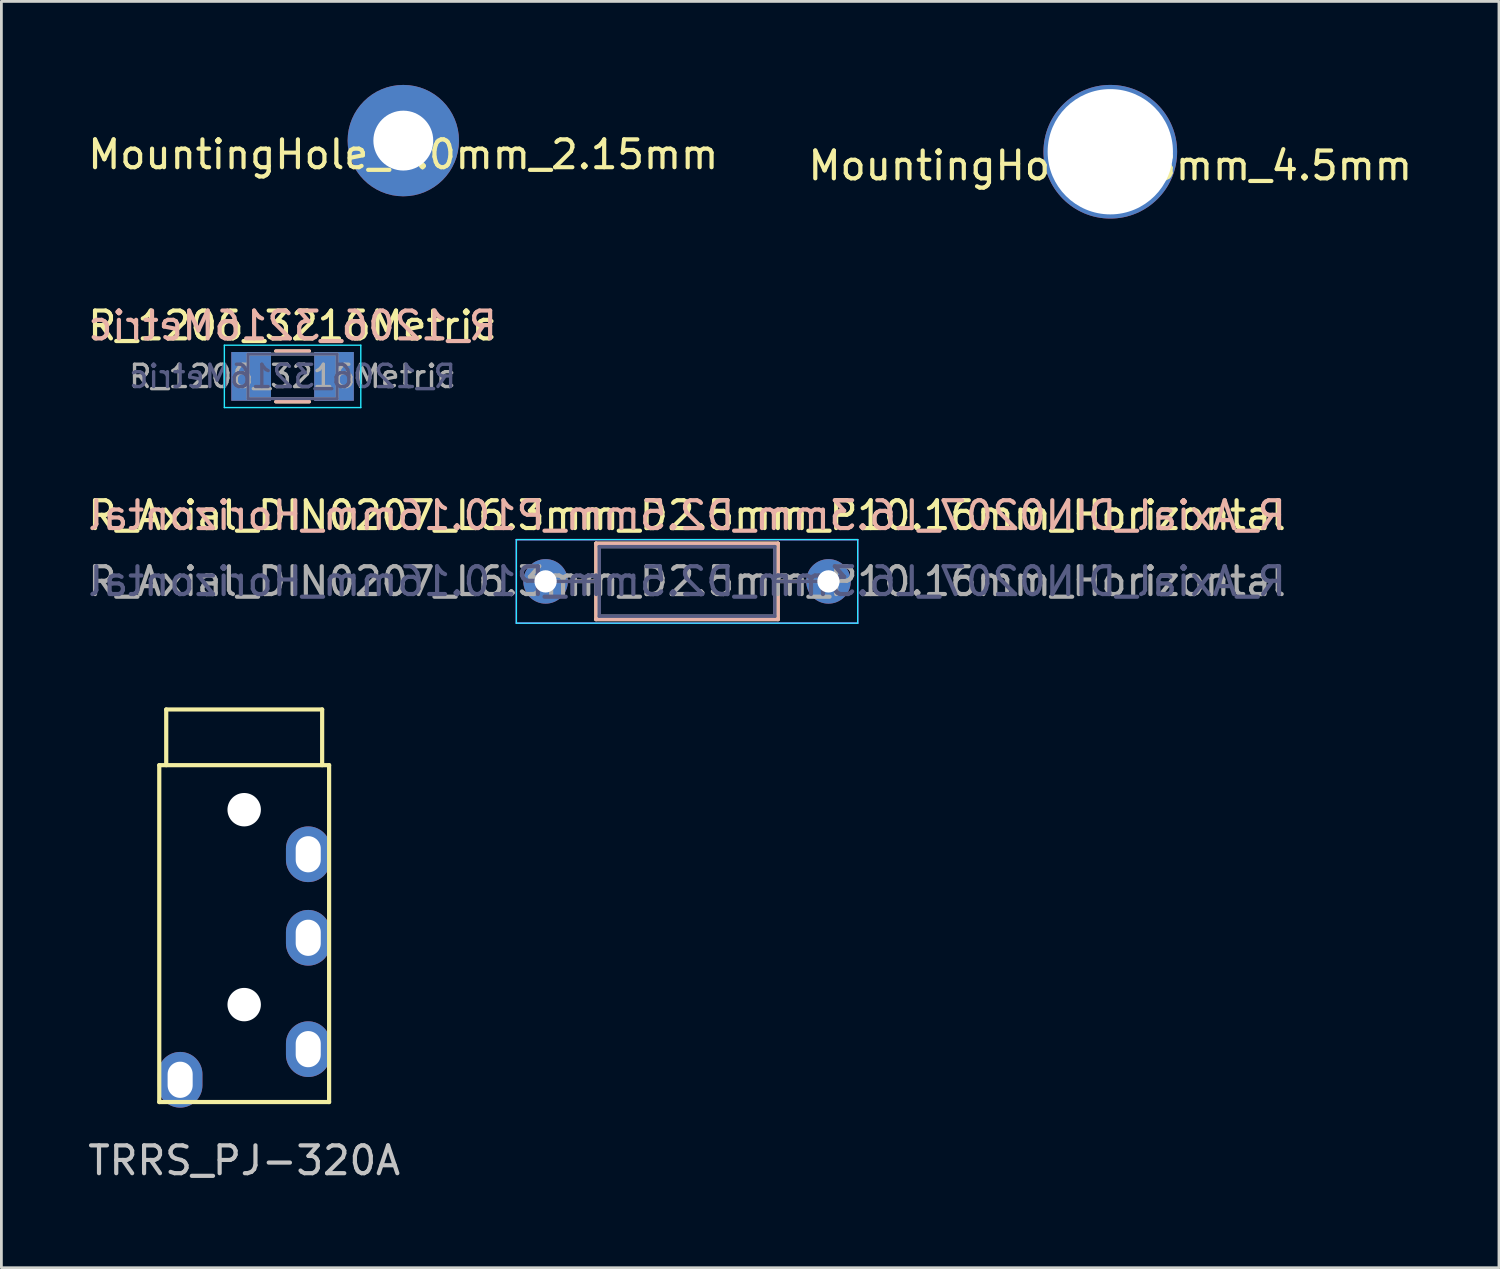
<source format=kicad_pcb>
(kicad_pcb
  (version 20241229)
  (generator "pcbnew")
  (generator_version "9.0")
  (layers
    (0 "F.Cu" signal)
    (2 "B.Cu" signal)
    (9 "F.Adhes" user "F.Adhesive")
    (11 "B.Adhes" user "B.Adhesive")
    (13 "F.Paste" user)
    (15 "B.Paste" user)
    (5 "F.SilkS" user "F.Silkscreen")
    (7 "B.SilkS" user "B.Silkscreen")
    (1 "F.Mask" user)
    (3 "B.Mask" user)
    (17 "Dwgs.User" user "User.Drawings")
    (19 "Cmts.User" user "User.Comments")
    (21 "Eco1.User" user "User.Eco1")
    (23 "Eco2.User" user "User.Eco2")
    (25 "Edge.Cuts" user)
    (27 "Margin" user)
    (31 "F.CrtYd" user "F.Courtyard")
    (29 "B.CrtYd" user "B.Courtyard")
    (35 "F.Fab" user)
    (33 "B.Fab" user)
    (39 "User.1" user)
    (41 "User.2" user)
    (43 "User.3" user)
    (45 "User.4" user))
  (footprint "MountingHole_4.8mm_4.5mm"
    (layer "F.Cu")
    (at 36.827 2.4)
    (property "Reference" "MountingHole_4.8mm_4.5mm" (at 0 0.5 0) (layer "F.SilkS") (effects (font (size 1 1) (thickness 0.15))))
    (attr through_hole)
    (pad "MH" thru_hole circle (at 0 0) (size 4.8 4.8) (drill 4.5) (layers "*.Cu" "*.Mask")))
  (footprint "R_Axial_DIN0207_L6.3mm_D2.5mm_P10.16mm_Horizontal"
    (layer "F.Cu")
    (at 16.545 17.831)
    (property "Reference" "R_Axial_DIN0207_L6.3mm_D2.5mm_P10.16mm_Horizontal" (at 5.08 -2.37 0) (layer "F.SilkS") (effects (font (size 1 1) (thickness 0.15))))
    (attr through_hole)
    (fp_line (start 1.04 0) (end 1.81 0) (stroke (width 0.12) (type solid)) (layer "F.SilkS"))
    (fp_line (start 1.81 -1.37) (end 1.81 1.37) (stroke (width 0.12) (type solid)) (layer "F.SilkS"))
    (fp_line (start 1.81 1.37) (end 8.35 1.37) (stroke (width 0.12) (type solid)) (layer "F.SilkS"))
    (fp_line (start 8.35 -1.37) (end 1.81 -1.37) (stroke (width 0.12) (type solid)) (layer "F.SilkS"))
    (fp_line (start 8.35 1.37) (end 8.35 -1.37) (stroke (width 0.12) (type solid)) (layer "F.SilkS"))
    (fp_line (start 9.12 0) (end 8.35 0) (stroke (width 0.12) (type solid)) (layer "F.SilkS"))
    (fp_line (start 1.04 0) (end 1.81 0) (stroke (width 0.12) (type solid)) (layer "B.SilkS"))
    (fp_line (start 1.81 -1.37) (end 1.81 1.37) (stroke (width 0.12) (type solid)) (layer "B.SilkS"))
    (fp_line (start 1.81 -1.37) (end 8.35 -1.37) (stroke (width 0.12) (type solid)) (layer "B.SilkS"))
    (fp_line (start 8.35 -1.37) (end 8.35 1.37) (stroke (width 0.12) (type solid)) (layer "B.SilkS"))
    (fp_line (start 8.35 1.37) (end 1.81 1.37) (stroke (width 0.12) (type solid)) (layer "B.SilkS"))
    (fp_line (start 9.12 0) (end 8.35 0) (stroke (width 0.12) (type solid)) (layer "B.SilkS"))
    (fp_line (start -1.05 -1.5) (end -1.05 1.5) (stroke (width 0.05) (type solid)) (layer "B.CrtYd"))
    (fp_line (start -1.05 1.5) (end 11.21 1.5) (stroke (width 0.05) (type solid)) (layer "B.CrtYd"))
    (fp_line (start 11.21 -1.5) (end -1.05 -1.5) (stroke (width 0.05) (type solid)) (layer "B.CrtYd"))
    (fp_line (start 11.21 1.5) (end 11.21 -1.5) (stroke (width 0.05) (type solid)) (layer "B.CrtYd"))
    (fp_line (start -1.05 -1.5) (end -1.05 1.5) (stroke (width 0.05) (type solid)) (layer "F.CrtYd"))
    (fp_line (start -1.05 1.5) (end 11.21 1.5) (stroke (width 0.05) (type solid)) (layer "F.CrtYd"))
    (fp_line (start 11.21 -1.5) (end -1.05 -1.5) (stroke (width 0.05) (type solid)) (layer "F.CrtYd"))
    (fp_line (start 11.21 1.5) (end 11.21 -1.5) (stroke (width 0.05) (type solid)) (layer "F.CrtYd"))
    (fp_line (start 0 0) (end 1.93 0) (stroke (width 0.12) (type solid)) (layer "B.Fab"))
    (fp_line (start 1.93 -1.25) (end 8.23 -1.25) (stroke (width 0.12) (type solid)) (layer "B.Fab"))
    (fp_line (start 1.93 1.25) (end 1.93 -1.25) (stroke (width 0.12) (type solid)) (layer "B.Fab"))
    (fp_line (start 8.23 -1.25) (end 8.23 1.25) (stroke (width 0.12) (type solid)) (layer "B.Fab"))
    (fp_line (start 8.23 1.25) (end 1.93 1.25) (stroke (width 0.12) (type solid)) (layer "B.Fab"))
    (fp_line (start 10.16 0) (end 8.23 0) (stroke (width 0.12) (type solid)) (layer "B.Fab"))
    (fp_line (start 0 0) (end 1.93 0) (stroke (width 0.12) (type solid)) (layer "F.Fab"))
    (fp_line (start 1.93 -1.25) (end 1.93 1.25) (stroke (width 0.12) (type solid)) (layer "F.Fab"))
    (fp_line (start 1.93 1.25) (end 8.23 1.25) (stroke (width 0.12) (type solid)) (layer "F.Fab"))
    (fp_line (start 8.23 -1.25) (end 1.93 -1.25) (stroke (width 0.12) (type solid)) (layer "F.Fab"))
    (fp_line (start 8.23 1.25) (end 8.23 -1.25) (stroke (width 0.12) (type solid)) (layer "F.Fab"))
    (fp_line (start 10.16 0) (end 8.23 0) (stroke (width 0.12) (type solid)) (layer "F.Fab"))
    (fp_text user "${REFERENCE}" (at 5.08 -2.37 0) (layer "B.SilkS") (effects (font (size 1 1) (thickness 0.15)) (justify mirror)))
    (fp_text user "${REFERENCE}" (at 5.08 0 0) (layer "B.Fab") (effects (font (size 1 1) (thickness 0.15)) (justify mirror)))
    (fp_text user "${REFERENCE}" (at 5.08 0 0) (layer "F.Fab") (effects (font (size 1 1) (thickness 0.15))))
    (pad "1" thru_hole circle (at 0 0) (size 1.6 1.6) (drill 0.8) (layers "*.Cu" "*.Mask"))
    (pad "2" thru_hole oval (at 10.16 0) (size 1.6 1.6) (drill 0.8) (layers "*.Cu" "*.Mask")))
  (footprint "R_1206_3216Metric"
    (layer "F.Cu")
    (at 7.458 10.468)
    (property "Reference" "R_1206_3216Metric" (at 0 -1.82 0) (layer "F.SilkS") (effects (font (size 1 1) (thickness 0.15))))
    (attr smd)
    (fp_line (start -0.602 -0.91) (end 0.602 -0.91) (stroke (width 0.12) (type solid)) (layer "F.SilkS"))
    (fp_line (start -0.602 0.91) (end 0.602 0.91) (stroke (width 0.12) (type solid)) (layer "F.SilkS"))
    (fp_line (start -0.602 -0.91) (end 0.602 -0.91) (stroke (width 0.12) (type solid)) (layer "B.SilkS"))
    (fp_line (start -0.602 0.91) (end 0.602 0.91) (stroke (width 0.12) (type solid)) (layer "B.SilkS"))
    (fp_line (start -2.45 -1.12) (end -2.45 1.12) (stroke (width 0.05) (type solid)) (layer "B.CrtYd"))
    (fp_line (start -2.45 1.12) (end 2.45 1.12) (stroke (width 0.05) (type solid)) (layer "B.CrtYd"))
    (fp_line (start 2.45 -1.12) (end -2.45 -1.12) (stroke (width 0.05) (type solid)) (layer "B.CrtYd"))
    (fp_line (start 2.45 1.12) (end 2.45 -1.12) (stroke (width 0.05) (type solid)) (layer "B.CrtYd"))
    (fp_line (start -1.6 -0.8) (end -1.6 0.8) (stroke (width 0.1) (type solid)) (layer "B.Fab"))
    (fp_line (start -1.6 0.8) (end 1.6 0.8) (stroke (width 0.1) (type solid)) (layer "B.Fab"))
    (fp_line (start 1.6 -0.8) (end -1.6 -0.8) (stroke (width 0.1) (type solid)) (layer "B.Fab"))
    (fp_line (start 1.6 0.8) (end 1.6 -0.8) (stroke (width 0.1) (type solid)) (layer "B.Fab"))
    (fp_line (start -1.6 -0.8) (end 1.6 -0.8) (stroke (width 0.1) (type solid)) (layer "F.Fab"))
    (fp_line (start -1.6 0.8) (end -1.6 -0.8) (stroke (width 0.1) (type solid)) (layer "F.Fab"))
    (fp_line (start 1.6 -0.8) (end 1.6 0.8) (stroke (width 0.1) (type solid)) (layer "F.Fab"))
    (fp_line (start 1.6 0.8) (end -1.6 0.8) (stroke (width 0.1) (type solid)) (layer "F.Fab"))
    (fp_text user "${REFERENCE}" (at 0 -1.82 0) (layer "B.SilkS") (effects (font (size 1 1) (thickness 0.15)) (justify mirror)))
    (fp_text user "${REFERENCE}" (at 0 0 0) (layer "B.Fab") (effects (font (size 0.8 0.8) (thickness 0.12)) (justify mirror)))
    (fp_text user "${REFERENCE}" (at 0 0 0) (layer "F.Fab") (effects (font (size 0.8 0.8) (thickness 0.12))))
    (pad "1" smd rect (at -1.488 0) (size 1.425 1.75) (layers "F.Cu" "F.Mask" "F.Paste"))
    (pad "1" smd rect (at -1.488 0) (size 1.425 1.75) (layers "B.Cu" "B.Mask" "B.Paste"))
    (pad "2" smd rect (at 1.488 0) (size 1.425 1.75) (layers "F.Cu" "F.Mask" "F.Paste"))
    (pad "2" smd rect (at 1.488 0) (size 1.425 1.75) (layers "B.Cu" "B.Mask" "B.Paste")))
  (footprint "TRRS_PJ-320A"
    (layer "F.Cu")
    (at 5.72 24.431)
    (property "Reference" "TRRS_PJ-320A" (at 0 14.2 0) (layer "Dwgs.User") (effects (font (size 1 1) (thickness 0.15))))
    (attr through_hole)
    (fp_line (start -3.05 0) (end -3.05 12.1) (stroke (width 0.15) (type solid)) (layer "F.SilkS"))
    (fp_line (start -2.8 0) (end -2.8 -2) (stroke (width 0.15) (type solid)) (layer "F.SilkS"))
    (fp_line (start 2.8 -2) (end -2.8 -2) (stroke (width 0.15) (type solid)) (layer "F.SilkS"))
    (fp_line (start 2.8 0) (end 2.8 -2) (stroke (width 0.15) (type solid)) (layer "F.SilkS"))
    (fp_line (start 3.05 0) (end -3.05 0) (stroke (width 0.15) (type solid)) (layer "F.SilkS"))
    (fp_line (start 3.05 0) (end 3.05 12.1) (stroke (width 0.15) (type solid)) (layer "F.SilkS"))
    (fp_line (start 3.05 12.1) (end -3.05 12.1) (stroke (width 0.15) (type solid)) (layer "F.SilkS"))
    (pad "" np_thru_hole circle (at 0 1.6) (size 1.2 1.2) (drill 1.2) (layers "*.Cu" "*.Mask"))
    (pad "" np_thru_hole circle (at 0 8.6) (size 1.2 1.2) (drill 1.2) (layers "*.Cu" "*.Mask"))
    (pad "R1" thru_hole oval (at 2.3 6.2) (size 1.6 2) (drill oval 0.9 1.3) (layers "*.Cu" "*.Mask"))
    (pad "R2" thru_hole oval (at 2.3 3.2) (size 1.6 2) (drill oval 0.9 1.3) (layers "*.Cu" "*.Mask"))
    (pad "S" thru_hole oval (at -2.3 11.3) (size 1.6 2) (drill oval 0.9 1.3) (layers "*.Cu" "*.Mask"))
    (pad "T" thru_hole oval (at 2.3 10.2) (size 1.6 2) (drill oval 0.9 1.3) (layers "*.Cu" "*.Mask")))
  (footprint "MountingHole_4.0mm_2.15mm"
    (layer "F.Cu")
    (at 11.435 2)
    (property "Reference" "MountingHole_4.0mm_2.15mm" (at 0 0.5 0) (layer "F.SilkS") (effects (font (size 1 1) (thickness 0.15))))
    (attr through_hole)
    (pad "MH" thru_hole circle (at 0 0) (size 4 4) (drill 2.15) (layers "*.Cu" "*.Mask")))
  (gr_rect
    (start -3 -3)
    (end 50.786 42.48)
    (stroke (width 0.1) (type default))
    (fill no)
    (layer "Edge.Cuts")))
</source>
